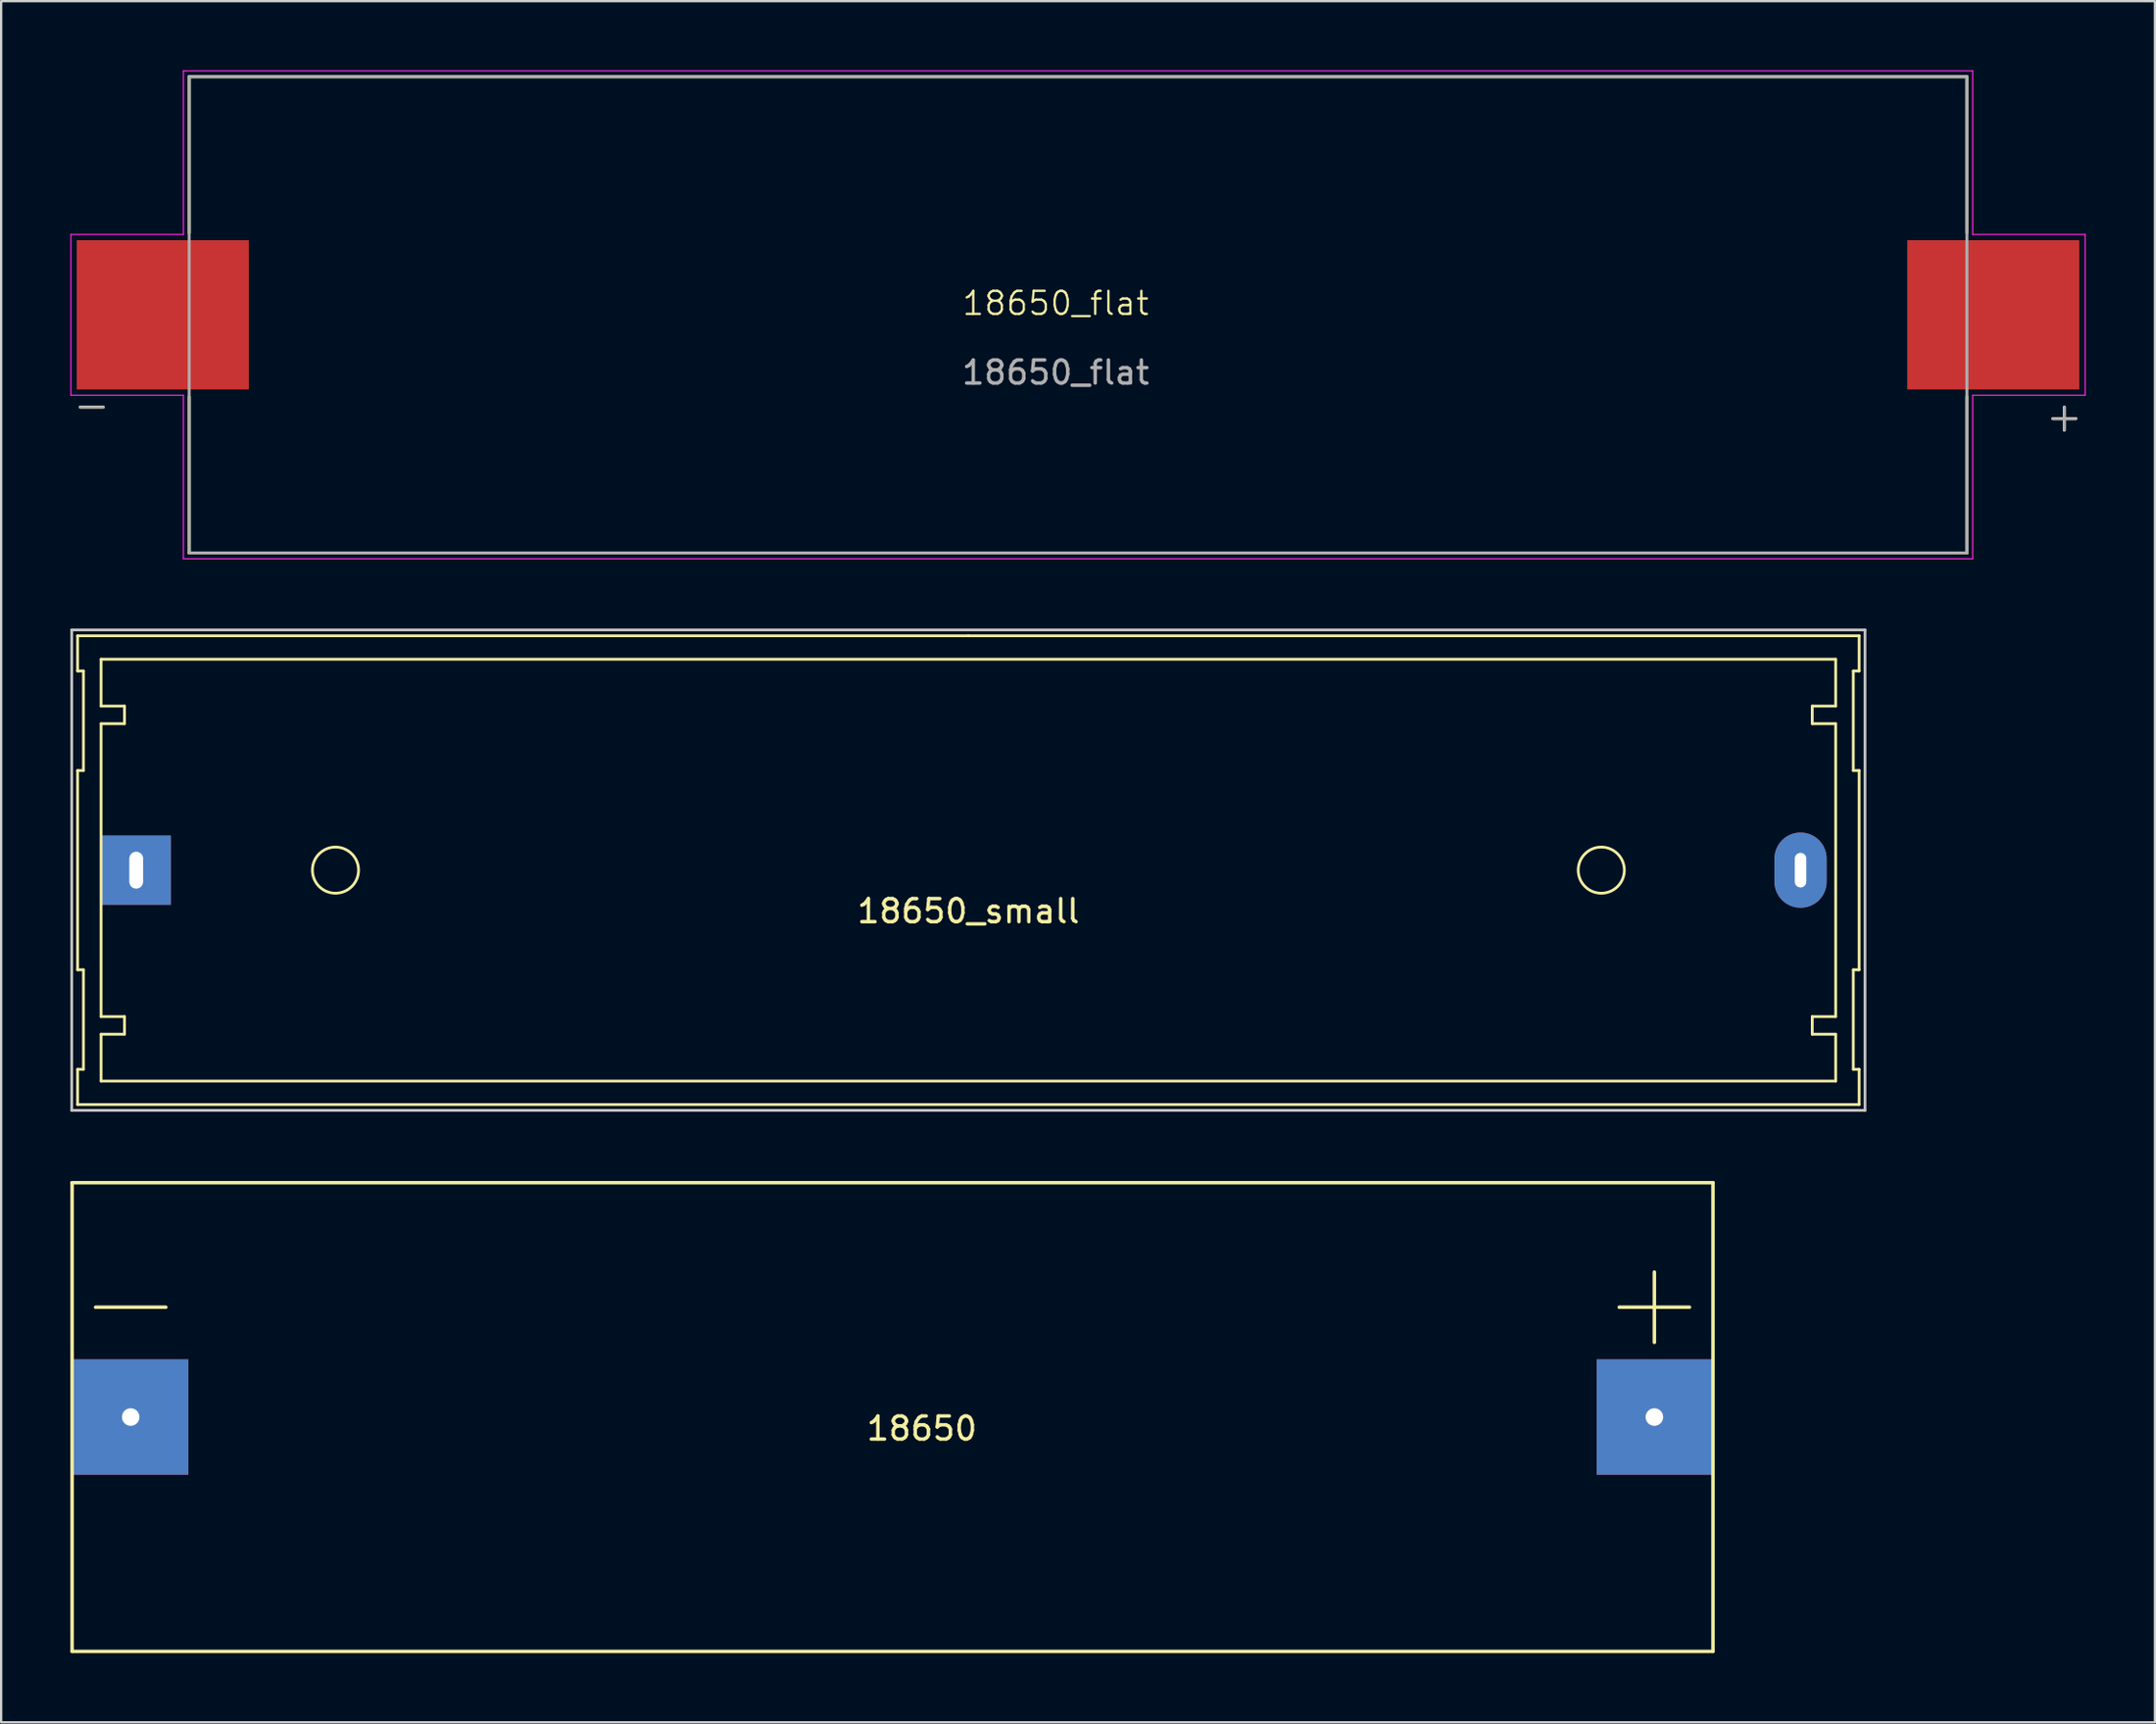
<source format=kicad_pcb>
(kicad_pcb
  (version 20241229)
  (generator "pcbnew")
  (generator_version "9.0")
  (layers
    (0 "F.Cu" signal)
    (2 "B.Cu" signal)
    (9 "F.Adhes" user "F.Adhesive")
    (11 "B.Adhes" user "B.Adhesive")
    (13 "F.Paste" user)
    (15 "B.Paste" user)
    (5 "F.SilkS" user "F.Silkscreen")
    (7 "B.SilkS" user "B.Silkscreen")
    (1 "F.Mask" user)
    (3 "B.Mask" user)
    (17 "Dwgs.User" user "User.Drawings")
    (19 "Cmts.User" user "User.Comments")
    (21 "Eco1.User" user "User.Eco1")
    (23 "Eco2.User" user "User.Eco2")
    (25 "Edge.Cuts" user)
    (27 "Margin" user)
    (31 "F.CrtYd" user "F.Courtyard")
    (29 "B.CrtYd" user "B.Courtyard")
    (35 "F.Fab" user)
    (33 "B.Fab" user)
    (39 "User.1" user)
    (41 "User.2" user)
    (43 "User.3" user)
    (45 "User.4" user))
  (footprint "18650_small"
    (layer "F.Cu")
    (at 38.922 34.674)
    (property "Reference" "18650_small" (at 0 1.778 0) (layer "F.SilkS") (effects (font (size 1 1) (thickness 0.15))))
    (attr through_hole)
    (fp_line (start -38.608 -10.16) (end -38.608 -8.636) (stroke (width 0.12) (type solid)) (layer "F.SilkS"))
    (fp_line (start -38.608 -8.636) (end -38.354 -8.636) (stroke (width 0.12) (type solid)) (layer "F.SilkS"))
    (fp_line (start -38.608 -4.318) (end -38.354 -4.318) (stroke (width 0.12) (type solid)) (layer "F.SilkS"))
    (fp_line (start -38.608 4.318) (end -38.608 -4.318) (stroke (width 0.12) (type solid)) (layer "F.SilkS"))
    (fp_line (start -38.608 4.318) (end -38.354 4.318) (stroke (width 0.12) (type solid)) (layer "F.SilkS"))
    (fp_line (start -38.608 8.636) (end -38.608 10.16) (stroke (width 0.12) (type solid)) (layer "F.SilkS"))
    (fp_line (start -38.608 8.636) (end -38.354 8.636) (stroke (width 0.12) (type solid)) (layer "F.SilkS"))
    (fp_line (start -38.608 10.16) (end 38.608 10.16) (stroke (width 0.12) (type solid)) (layer "F.SilkS"))
    (fp_line (start -38.354 -4.318) (end -38.354 -8.636) (stroke (width 0.12) (type solid)) (layer "F.SilkS"))
    (fp_line (start -38.354 4.318) (end -38.354 8.636) (stroke (width 0.12) (type solid)) (layer "F.SilkS"))
    (fp_line (start -37.592 -9.144) (end -37.592 -7.112) (stroke (width 0.12) (type solid)) (layer "F.SilkS"))
    (fp_line (start -37.592 -7.112) (end -36.576 -7.112) (stroke (width 0.12) (type solid)) (layer "F.SilkS"))
    (fp_line (start -37.592 -6.35) (end -37.592 6.35) (stroke (width 0.12) (type solid)) (layer "F.SilkS"))
    (fp_line (start -37.592 7.112) (end -37.592 9.144) (stroke (width 0.12) (type solid)) (layer "F.SilkS"))
    (fp_line (start -37.592 7.112) (end -36.576 7.112) (stroke (width 0.12) (type solid)) (layer "F.SilkS"))
    (fp_line (start -36.576 -7.112) (end -36.576 -6.35) (stroke (width 0.12) (type solid)) (layer "F.SilkS"))
    (fp_line (start -36.576 -6.35) (end -37.592 -6.35) (stroke (width 0.12) (type solid)) (layer "F.SilkS"))
    (fp_line (start -36.576 6.35) (end -37.592 6.35) (stroke (width 0.12) (type solid)) (layer "F.SilkS"))
    (fp_line (start -36.576 6.35) (end -36.576 7.112) (stroke (width 0.12) (type solid)) (layer "F.SilkS"))
    (fp_line (start 0 -10.16) (end -38.608 -10.16) (stroke (width 0.12) (type solid)) (layer "F.SilkS"))
    (fp_line (start 36.576 -6.35) (end 36.576 -7.112) (stroke (width 0.12) (type solid)) (layer "F.SilkS"))
    (fp_line (start 36.576 -6.35) (end 37.592 -6.35) (stroke (width 0.12) (type solid)) (layer "F.SilkS"))
    (fp_line (start 36.576 7.112) (end 36.576 6.35) (stroke (width 0.12) (type solid)) (layer "F.SilkS"))
    (fp_line (start 36.576 7.112) (end 37.592 7.112) (stroke (width 0.12) (type solid)) (layer "F.SilkS"))
    (fp_line (start 37.592 -9.144) (end -37.592 -9.144) (stroke (width 0.12) (type solid)) (layer "F.SilkS"))
    (fp_line (start 37.592 -9.144) (end 37.592 -7.112) (stroke (width 0.12) (type solid)) (layer "F.SilkS"))
    (fp_line (start 37.592 -7.112) (end 36.576 -7.112) (stroke (width 0.12) (type solid)) (layer "F.SilkS"))
    (fp_line (start 37.592 -6.35) (end 37.592 6.35) (stroke (width 0.12) (type solid)) (layer "F.SilkS"))
    (fp_line (start 37.592 6.35) (end 36.576 6.35) (stroke (width 0.12) (type solid)) (layer "F.SilkS"))
    (fp_line (start 37.592 7.112) (end 37.592 9.144) (stroke (width 0.12) (type solid)) (layer "F.SilkS"))
    (fp_line (start 37.592 9.144) (end -37.592 9.144) (stroke (width 0.12) (type solid)) (layer "F.SilkS"))
    (fp_line (start 38.354 -8.636) (end 38.354 -4.318) (stroke (width 0.12) (type solid)) (layer "F.SilkS"))
    (fp_line (start 38.354 -8.636) (end 38.608 -8.636) (stroke (width 0.12) (type solid)) (layer "F.SilkS"))
    (fp_line (start 38.354 -4.318) (end 38.608 -4.318) (stroke (width 0.12) (type solid)) (layer "F.SilkS"))
    (fp_line (start 38.354 4.318) (end 38.354 8.636) (stroke (width 0.12) (type solid)) (layer "F.SilkS"))
    (fp_line (start 38.354 4.318) (end 38.608 4.318) (stroke (width 0.12) (type solid)) (layer "F.SilkS"))
    (fp_line (start 38.354 8.636) (end 38.608 8.636) (stroke (width 0.12) (type solid)) (layer "F.SilkS"))
    (fp_line (start 38.608 -10.16) (end 0 -10.16) (stroke (width 0.12) (type solid)) (layer "F.SilkS"))
    (fp_line (start 38.608 -10.16) (end 38.608 -8.636) (stroke (width 0.12) (type solid)) (layer "F.SilkS"))
    (fp_line (start 38.608 4.318) (end 38.608 -4.318) (stroke (width 0.12) (type solid)) (layer "F.SilkS"))
    (fp_line (start 38.608 8.636) (end 38.608 10.16) (stroke (width 0.12) (type solid)) (layer "F.SilkS"))
    (fp_circle (center -27.432 0) (end -26.432 0) (stroke (width 0.12) (type solid)) (fill no) (layer "F.SilkS"))
    (fp_circle (center 27.432 0) (end 28.432 0) (stroke (width 0.12) (type solid)) (fill no) (layer "F.SilkS"))
    (fp_line (start -38.862 -10.414) (end 38.862 -10.414) (stroke (width 0.12) (type solid)) (layer "Dwgs.User"))
    (fp_line (start -38.862 10.414) (end -38.862 -10.414) (stroke (width 0.12) (type solid)) (layer "Dwgs.User"))
    (fp_line (start -38.862 10.414) (end 38.862 10.414) (stroke (width 0.12) (type solid)) (layer "Dwgs.User"))
    (fp_line (start 38.862 10.414) (end 38.862 -10.414) (stroke (width 0.12) (type solid)) (layer "Dwgs.User"))
    (pad "1" thru_hole rect (at -36.068 0) (size 3 3) (drill oval 0.6 1.6) (layers "*.Cu" "*.Mask"))
    (pad "2" thru_hole oval (at 36.068 0) (size 2.262 3.262) (drill oval 0.5 1.5) (layers "*.Cu" "*.Mask")))
  (footprint "18650_flat"
    (layer "F.Cu")
    (at 42.705 10.6)
    (property "Reference" "18650_flat" (at 0 -0.5 0) (unlocked yes) (layer "F.SilkS") (effects (font (size 1 1) (thickness 0.1))))
    (attr smd)
    (fp_line (start -42.28 4) (end -41.28 4) (stroke (width 0.127) (type solid)) (layer "F.SilkS"))
    (fp_line (start -37.555 -10.325) (end 39.495 -10.325) (stroke (width 0.127) (type solid)) (layer "F.SilkS"))
    (fp_line (start -37.555 -3.55) (end -37.555 -10.325) (stroke (width 0.127) (type solid)) (layer "F.SilkS"))
    (fp_line (start -37.555 10.325) (end -37.555 3.55) (stroke (width 0.127) (type solid)) (layer "F.SilkS"))
    (fp_line (start 39.495 -10.325) (end 39.495 -3.55) (stroke (width 0.127) (type solid)) (layer "F.SilkS"))
    (fp_line (start 39.495 3.55) (end 39.495 10.325) (stroke (width 0.127) (type solid)) (layer "F.SilkS"))
    (fp_line (start 39.495 10.325) (end -37.555 10.325) (stroke (width 0.127) (type solid)) (layer "F.SilkS"))
    (fp_line (start 43.22 4.5) (end 44.22 4.5) (stroke (width 0.127) (type solid)) (layer "F.SilkS"))
    (fp_line (start 43.72 4) (end 43.72 5) (stroke (width 0.127) (type solid)) (layer "F.SilkS"))
    (fp_line (start -42.68 -3.485) (end -37.805 -3.485) (stroke (width 0.05) (type solid)) (layer "F.CrtYd"))
    (fp_line (start -42.68 3.485) (end -42.68 -3.485) (stroke (width 0.05) (type solid)) (layer "F.CrtYd"))
    (fp_line (start -37.805 -10.575) (end 39.745 -10.575) (stroke (width 0.05) (type solid)) (layer "F.CrtYd"))
    (fp_line (start -37.805 -3.485) (end -37.805 -10.575) (stroke (width 0.05) (type solid)) (layer "F.CrtYd"))
    (fp_line (start -37.805 3.485) (end -42.68 3.485) (stroke (width 0.05) (type solid)) (layer "F.CrtYd"))
    (fp_line (start -37.805 10.575) (end -37.805 3.485) (stroke (width 0.05) (type solid)) (layer "F.CrtYd"))
    (fp_line (start 39.745 -10.575) (end 39.745 -3.485) (stroke (width 0.05) (type solid)) (layer "F.CrtYd"))
    (fp_line (start 39.745 -3.485) (end 44.62 -3.485) (stroke (width 0.05) (type solid)) (layer "F.CrtYd"))
    (fp_line (start 39.745 3.485) (end 39.745 10.575) (stroke (width 0.05) (type solid)) (layer "F.CrtYd"))
    (fp_line (start 39.745 10.575) (end -37.805 10.575) (stroke (width 0.05) (type solid)) (layer "F.CrtYd"))
    (fp_line (start 44.62 -3.485) (end 44.62 3.485) (stroke (width 0.05) (type solid)) (layer "F.CrtYd"))
    (fp_line (start 44.62 3.485) (end 39.745 3.485) (stroke (width 0.05) (type solid)) (layer "F.CrtYd"))
    (fp_line (start -42.28 4) (end -41.28 4) (stroke (width 0.127) (type solid)) (layer "F.Fab"))
    (fp_line (start -37.555 -10.325) (end 39.495 -10.325) (stroke (width 0.127) (type solid)) (layer "F.Fab"))
    (fp_line (start -37.555 10.325) (end -37.555 -10.325) (stroke (width 0.127) (type solid)) (layer "F.Fab"))
    (fp_line (start 39.495 -10.325) (end 39.495 10.325) (stroke (width 0.127) (type solid)) (layer "F.Fab"))
    (fp_line (start 39.495 10.325) (end -37.555 10.325) (stroke (width 0.127) (type solid)) (layer "F.Fab"))
    (fp_line (start 43.22 4.5) (end 44.22 4.5) (stroke (width 0.127) (type solid)) (layer "F.Fab"))
    (fp_line (start 43.72 4) (end 43.72 5) (stroke (width 0.127) (type solid)) (layer "F.Fab"))
    (fp_text user "${REFERENCE}" (at 0 2.5 0) (unlocked yes) (layer "F.Fab") (effects (font (size 1 1) (thickness 0.15))))
    (pad "N" smd rect (at -38.7 0) (size 7.46 6.47) (layers "F.Cu" "F.Mask" "F.Paste"))
    (pad "P" smd rect (at 40.64 0) (size 7.46 6.47) (layers "F.Cu" "F.Mask" "F.Paste")))
  (footprint "18650"
    (layer "F.Cu")
    (at 36.905 58.383)
    (property "Reference" "18650" (at 0 0.5 0) (layer "F.SilkS") (effects (font (size 1 1) (thickness 0.15))))
    (attr through_hole)
    (fp_line (start -36.83 -10.16) (end -36.83 10.16) (stroke (width 0.15) (type solid)) (layer "F.SilkS"))
    (fp_line (start -36.83 -10.16) (end 34.29 -10.16) (stroke (width 0.15) (type solid)) (layer "F.SilkS"))
    (fp_line (start -36.83 10.16) (end 34.29 10.16) (stroke (width 0.15) (type solid)) (layer "F.SilkS"))
    (fp_line (start 34.29 10.16) (end 34.29 -10.16) (stroke (width 0.15) (type solid)) (layer "F.SilkS"))
    (fp_text user "-" (at -34.29 -5.08 0) (layer "F.SilkS") (effects (font (size 4 4) (thickness 0.15))))
    (fp_text user "+" (at 31.75 -5.08 0) (layer "F.SilkS") (effects (font (size 4 4) (thickness 0.15))))
    (pad "1" thru_hole rect (at -34.29 0) (size 5 5) (drill 0.762) (layers "*.Cu" "*.Mask"))
    (pad "2" thru_hole rect (at 31.75 0) (size 5 5) (drill 0.762) (layers "*.Cu" "*.Mask")))
  (gr_rect
    (start -3 -3)
    (end 90.35 71.618)
    (stroke (width 0.1) (type default))
    (fill no)
    (layer "Edge.Cuts")))
</source>
